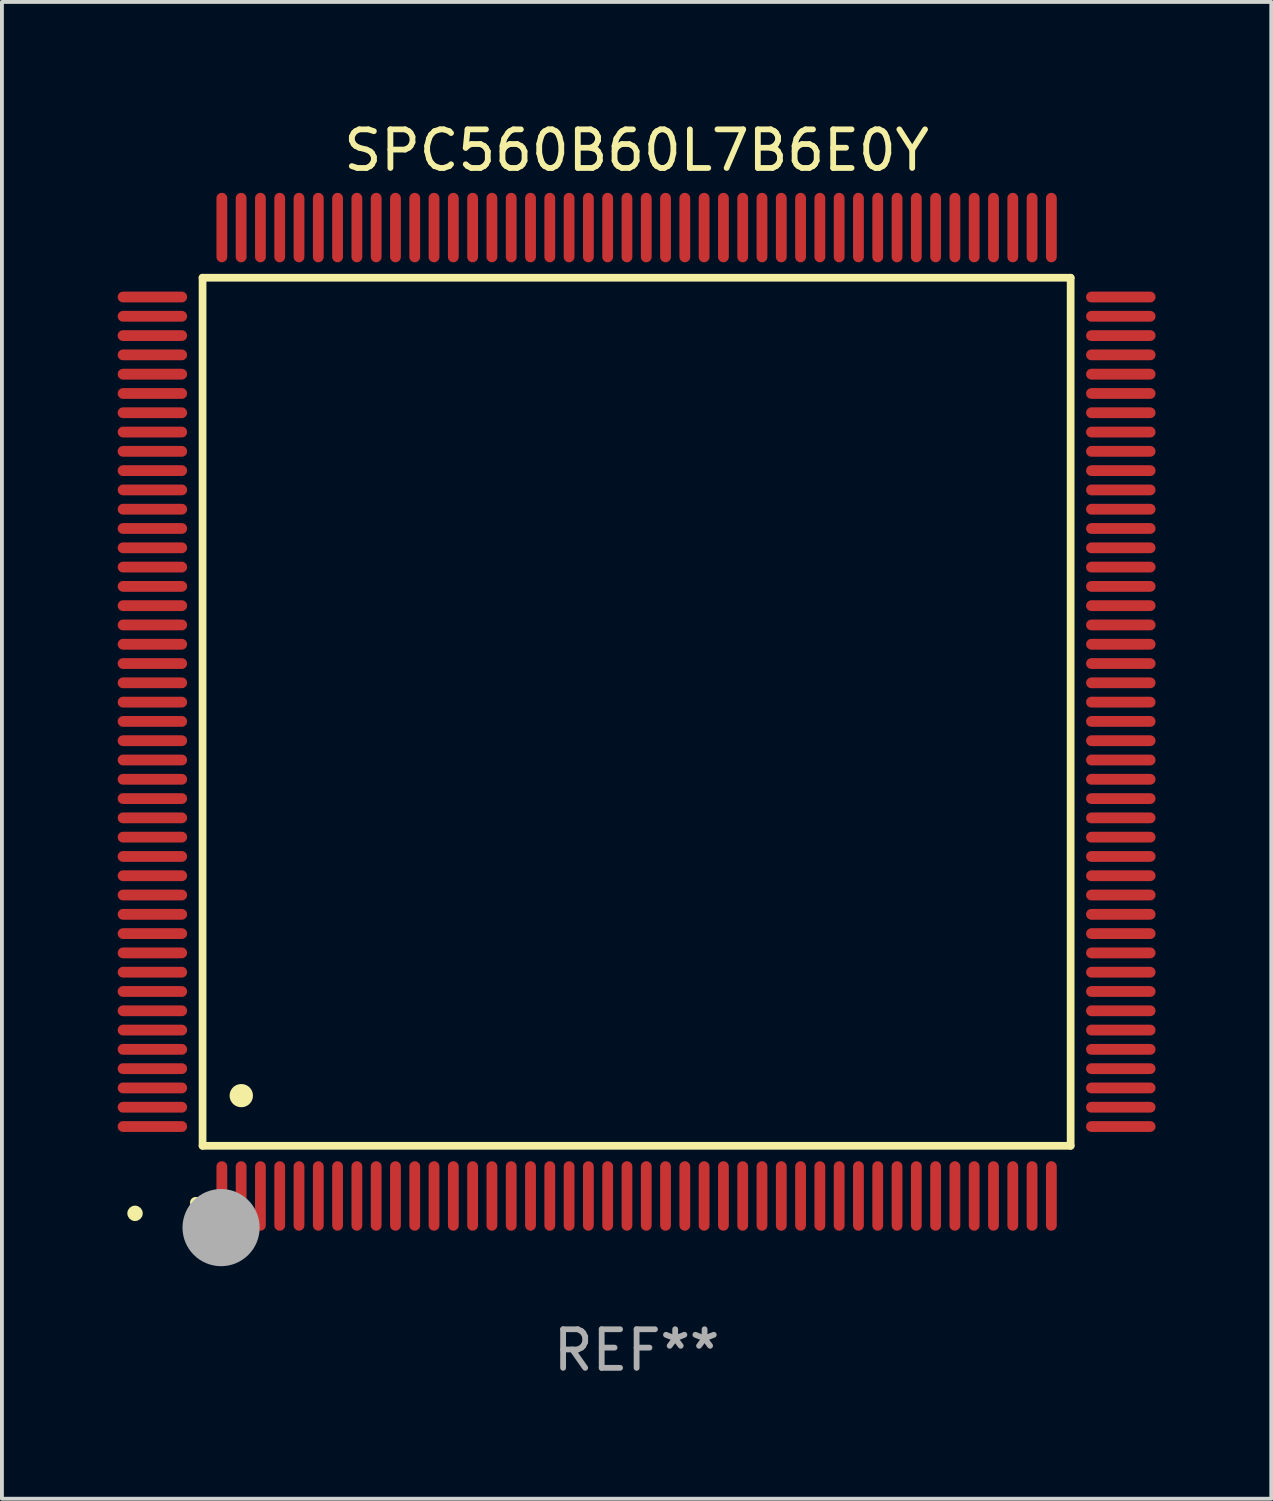
<source format=kicad_pcb>
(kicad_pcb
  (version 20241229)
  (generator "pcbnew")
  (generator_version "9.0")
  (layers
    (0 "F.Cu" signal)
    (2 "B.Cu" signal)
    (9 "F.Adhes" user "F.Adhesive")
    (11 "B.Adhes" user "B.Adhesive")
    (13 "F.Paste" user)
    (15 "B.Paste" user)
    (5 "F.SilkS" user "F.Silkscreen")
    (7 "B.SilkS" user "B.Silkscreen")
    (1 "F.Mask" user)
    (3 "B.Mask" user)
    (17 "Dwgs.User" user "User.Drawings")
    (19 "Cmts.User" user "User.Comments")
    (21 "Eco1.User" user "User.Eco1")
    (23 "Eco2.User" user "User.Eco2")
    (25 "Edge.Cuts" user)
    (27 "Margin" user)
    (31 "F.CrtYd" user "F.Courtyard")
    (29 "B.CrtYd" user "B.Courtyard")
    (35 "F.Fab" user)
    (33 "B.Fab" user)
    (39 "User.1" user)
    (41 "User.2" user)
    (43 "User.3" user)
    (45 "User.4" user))
  (footprint "SPC560B60L7B6E0Y"
    (layer "F.Cu")
    (at 13.45 15.398)
    (property "Reference" "SPC560B60L7B6E0Y" (at 0 -14.55 0) (layer "F.SilkS") (effects (font (size 1 1) (thickness 0.15))))
    (attr through_hole)
    (fp_line (start -11.25 -11.25) (end 11.25 -11.25) (stroke (width 0.2) (type solid)) (layer "F.SilkS"))
    (fp_line (start -11.25 11.25) (end -11.25 -11.25) (stroke (width 0.2) (type solid)) (layer "F.SilkS"))
    (fp_line (start 11.25 -11.25) (end 11.25 11.25) (stroke (width 0.2) (type solid)) (layer "F.SilkS"))
    (fp_line (start 11.25 11.25) (end -11.25 11.25) (stroke (width 0.2) (type solid)) (layer "F.SilkS"))
    (fp_arc (start -11.424943 12.725425) (mid -11.423673 12.72542) (end -11.422403 12.725425) (stroke (width 0.3) (type solid)) (layer "F.SilkS"))
    (fp_arc (start -10.24892 9.9492) (mid -10.24638 9.949189) (end -10.24384 9.9492) (stroke (width 0.6) (type solid)) (layer "F.SilkS"))
    (fp_circle (center -13 13) (end -12.9 13) (stroke (width 0.2) (type solid)) (fill no) (layer "F.SilkS"))
    (fp_circle (center -10.77 13.37) (end -10.27 13.37) (stroke (width 1) (type solid)) (fill no) (layer "F.Fab"))
    (fp_text user "REF**" (at 0 16.55 0) (layer "F.Fab") (effects (font (size 1 1) (thickness 0.15))))
    (pad "1" smd oval (at -10.75 12.55) (size 0.28 1.8) (layers "F.Cu" "F.Mask" "F.Paste"))
    (pad "2" smd oval (at -10.25 12.55) (size 0.28 1.8) (layers "F.Cu" "F.Mask" "F.Paste"))
    (pad "3" smd oval (at -9.75 12.55) (size 0.28 1.8) (layers "F.Cu" "F.Mask" "F.Paste"))
    (pad "4" smd oval (at -9.25 12.55) (size 0.28 1.8) (layers "F.Cu" "F.Mask" "F.Paste"))
    (pad "5" smd oval (at -8.75 12.55) (size 0.28 1.8) (layers "F.Cu" "F.Mask" "F.Paste"))
    (pad "6" smd oval (at -8.25 12.55) (size 0.28 1.8) (layers "F.Cu" "F.Mask" "F.Paste"))
    (pad "7" smd oval (at -7.75 12.55) (size 0.28 1.8) (layers "F.Cu" "F.Mask" "F.Paste"))
    (pad "8" smd oval (at -7.25 12.55) (size 0.28 1.8) (layers "F.Cu" "F.Mask" "F.Paste"))
    (pad "9" smd oval (at -6.75 12.55) (size 0.28 1.8) (layers "F.Cu" "F.Mask" "F.Paste"))
    (pad "10" smd oval (at -6.25 12.55) (size 0.28 1.8) (layers "F.Cu" "F.Mask" "F.Paste"))
    (pad "11" smd oval (at -5.75 12.55) (size 0.28 1.8) (layers "F.Cu" "F.Mask" "F.Paste"))
    (pad "12" smd oval (at -5.25 12.55) (size 0.28 1.8) (layers "F.Cu" "F.Mask" "F.Paste"))
    (pad "13" smd oval (at -4.75 12.55) (size 0.28 1.8) (layers "F.Cu" "F.Mask" "F.Paste"))
    (pad "14" smd oval (at -4.25 12.55) (size 0.28 1.8) (layers "F.Cu" "F.Mask" "F.Paste"))
    (pad "15" smd oval (at -3.75 12.55) (size 0.28 1.8) (layers "F.Cu" "F.Mask" "F.Paste"))
    (pad "16" smd oval (at -3.25 12.55) (size 0.28 1.8) (layers "F.Cu" "F.Mask" "F.Paste"))
    (pad "17" smd oval (at -2.75 12.55) (size 0.28 1.8) (layers "F.Cu" "F.Mask" "F.Paste"))
    (pad "18" smd oval (at -2.25 12.55) (size 0.28 1.8) (layers "F.Cu" "F.Mask" "F.Paste"))
    (pad "19" smd oval (at -1.75 12.55) (size 0.28 1.8) (layers "F.Cu" "F.Mask" "F.Paste"))
    (pad "20" smd oval (at -1.25 12.55) (size 0.28 1.8) (layers "F.Cu" "F.Mask" "F.Paste"))
    (pad "21" smd oval (at -0.75 12.55) (size 0.28 1.8) (layers "F.Cu" "F.Mask" "F.Paste"))
    (pad "22" smd oval (at -0.25 12.55) (size 0.28 1.8) (layers "F.Cu" "F.Mask" "F.Paste"))
    (pad "23" smd oval (at 0.25 12.55) (size 0.28 1.8) (layers "F.Cu" "F.Mask" "F.Paste"))
    (pad "24" smd oval (at 0.75 12.55) (size 0.28 1.8) (layers "F.Cu" "F.Mask" "F.Paste"))
    (pad "25" smd oval (at 1.25 12.55) (size 0.28 1.8) (layers "F.Cu" "F.Mask" "F.Paste"))
    (pad "26" smd oval (at 1.75 12.55) (size 0.28 1.8) (layers "F.Cu" "F.Mask" "F.Paste"))
    (pad "27" smd oval (at 2.25 12.55) (size 0.28 1.8) (layers "F.Cu" "F.Mask" "F.Paste"))
    (pad "28" smd oval (at 2.75 12.55) (size 0.28 1.8) (layers "F.Cu" "F.Mask" "F.Paste"))
    (pad "29" smd oval (at 3.25 12.55) (size 0.28 1.8) (layers "F.Cu" "F.Mask" "F.Paste"))
    (pad "30" smd oval (at 3.75 12.55) (size 0.28 1.8) (layers "F.Cu" "F.Mask" "F.Paste"))
    (pad "31" smd oval (at 4.25 12.55) (size 0.28 1.8) (layers "F.Cu" "F.Mask" "F.Paste"))
    (pad "32" smd oval (at 4.75 12.55) (size 0.28 1.8) (layers "F.Cu" "F.Mask" "F.Paste"))
    (pad "33" smd oval (at 5.25 12.55) (size 0.28 1.8) (layers "F.Cu" "F.Mask" "F.Paste"))
    (pad "34" smd oval (at 5.75 12.55) (size 0.28 1.8) (layers "F.Cu" "F.Mask" "F.Paste"))
    (pad "35" smd oval (at 6.25 12.55) (size 0.28 1.8) (layers "F.Cu" "F.Mask" "F.Paste"))
    (pad "36" smd oval (at 6.75 12.55) (size 0.28 1.8) (layers "F.Cu" "F.Mask" "F.Paste"))
    (pad "37" smd oval (at 7.25 12.55) (size 0.28 1.8) (layers "F.Cu" "F.Mask" "F.Paste"))
    (pad "38" smd oval (at 7.75 12.55) (size 0.28 1.8) (layers "F.Cu" "F.Mask" "F.Paste"))
    (pad "39" smd oval (at 8.25 12.55) (size 0.28 1.8) (layers "F.Cu" "F.Mask" "F.Paste"))
    (pad "40" smd oval (at 8.75 12.55) (size 0.28 1.8) (layers "F.Cu" "F.Mask" "F.Paste"))
    (pad "41" smd oval (at 9.25 12.55) (size 0.28 1.8) (layers "F.Cu" "F.Mask" "F.Paste"))
    (pad "42" smd oval (at 9.75 12.55) (size 0.28 1.8) (layers "F.Cu" "F.Mask" "F.Paste"))
    (pad "43" smd oval (at 10.25 12.55) (size 0.28 1.8) (layers "F.Cu" "F.Mask" "F.Paste"))
    (pad "44" smd oval (at 10.75 12.55) (size 0.28 1.8) (layers "F.Cu" "F.Mask" "F.Paste"))
    (pad "45" smd oval (at 12.55 10.75) (size 1.8 0.28) (layers "F.Cu" "F.Mask" "F.Paste"))
    (pad "46" smd oval (at 12.55 10.25) (size 1.8 0.28) (layers "F.Cu" "F.Mask" "F.Paste"))
    (pad "47" smd oval (at 12.55 9.75) (size 1.8 0.28) (layers "F.Cu" "F.Mask" "F.Paste"))
    (pad "48" smd oval (at 12.55 9.25) (size 1.8 0.28) (layers "F.Cu" "F.Mask" "F.Paste"))
    (pad "49" smd oval (at 12.55 8.75) (size 1.8 0.28) (layers "F.Cu" "F.Mask" "F.Paste"))
    (pad "50" smd oval (at 12.55 8.25) (size 1.8 0.28) (layers "F.Cu" "F.Mask" "F.Paste"))
    (pad "51" smd oval (at 12.55 7.75) (size 1.8 0.28) (layers "F.Cu" "F.Mask" "F.Paste"))
    (pad "52" smd oval (at 12.55 7.25) (size 1.8 0.28) (layers "F.Cu" "F.Mask" "F.Paste"))
    (pad "53" smd oval (at 12.55 6.75) (size 1.8 0.28) (layers "F.Cu" "F.Mask" "F.Paste"))
    (pad "54" smd oval (at 12.55 6.25) (size 1.8 0.28) (layers "F.Cu" "F.Mask" "F.Paste"))
    (pad "55" smd oval (at 12.55 5.75) (size 1.8 0.28) (layers "F.Cu" "F.Mask" "F.Paste"))
    (pad "56" smd oval (at 12.55 5.25) (size 1.8 0.28) (layers "F.Cu" "F.Mask" "F.Paste"))
    (pad "57" smd oval (at 12.55 4.75) (size 1.8 0.28) (layers "F.Cu" "F.Mask" "F.Paste"))
    (pad "58" smd oval (at 12.55 4.25) (size 1.8 0.28) (layers "F.Cu" "F.Mask" "F.Paste"))
    (pad "59" smd oval (at 12.55 3.75) (size 1.8 0.28) (layers "F.Cu" "F.Mask" "F.Paste"))
    (pad "60" smd oval (at 12.55 3.25) (size 1.8 0.28) (layers "F.Cu" "F.Mask" "F.Paste"))
    (pad "61" smd oval (at 12.55 2.75) (size 1.8 0.28) (layers "F.Cu" "F.Mask" "F.Paste"))
    (pad "62" smd oval (at 12.55 2.25) (size 1.8 0.28) (layers "F.Cu" "F.Mask" "F.Paste"))
    (pad "63" smd oval (at 12.55 1.75) (size 1.8 0.28) (layers "F.Cu" "F.Mask" "F.Paste"))
    (pad "64" smd oval (at 12.55 1.25) (size 1.8 0.28) (layers "F.Cu" "F.Mask" "F.Paste"))
    (pad "65" smd oval (at 12.55 0.75) (size 1.8 0.28) (layers "F.Cu" "F.Mask" "F.Paste"))
    (pad "66" smd oval (at 12.55 0.25) (size 1.8 0.28) (layers "F.Cu" "F.Mask" "F.Paste"))
    (pad "67" smd oval (at 12.55 -0.25) (size 1.8 0.28) (layers "F.Cu" "F.Mask" "F.Paste"))
    (pad "68" smd oval (at 12.55 -0.75) (size 1.8 0.28) (layers "F.Cu" "F.Mask" "F.Paste"))
    (pad "69" smd oval (at 12.55 -1.25) (size 1.8 0.28) (layers "F.Cu" "F.Mask" "F.Paste"))
    (pad "70" smd oval (at 12.55 -1.75) (size 1.8 0.28) (layers "F.Cu" "F.Mask" "F.Paste"))
    (pad "71" smd oval (at 12.55 -2.25) (size 1.8 0.28) (layers "F.Cu" "F.Mask" "F.Paste"))
    (pad "72" smd oval (at 12.55 -2.75) (size 1.8 0.28) (layers "F.Cu" "F.Mask" "F.Paste"))
    (pad "73" smd oval (at 12.55 -3.25) (size 1.8 0.28) (layers "F.Cu" "F.Mask" "F.Paste"))
    (pad "74" smd oval (at 12.55 -3.75) (size 1.8 0.28) (layers "F.Cu" "F.Mask" "F.Paste"))
    (pad "75" smd oval (at 12.55 -4.25) (size 1.8 0.28) (layers "F.Cu" "F.Mask" "F.Paste"))
    (pad "76" smd oval (at 12.55 -4.75) (size 1.8 0.28) (layers "F.Cu" "F.Mask" "F.Paste"))
    (pad "77" smd oval (at 12.55 -5.25) (size 1.8 0.28) (layers "F.Cu" "F.Mask" "F.Paste"))
    (pad "78" smd oval (at 12.55 -5.75) (size 1.8 0.28) (layers "F.Cu" "F.Mask" "F.Paste"))
    (pad "79" smd oval (at 12.55 -6.25) (size 1.8 0.28) (layers "F.Cu" "F.Mask" "F.Paste"))
    (pad "80" smd oval (at 12.55 -6.75) (size 1.8 0.28) (layers "F.Cu" "F.Mask" "F.Paste"))
    (pad "81" smd oval (at 12.55 -7.25) (size 1.8 0.28) (layers "F.Cu" "F.Mask" "F.Paste"))
    (pad "82" smd oval (at 12.55 -7.75) (size 1.8 0.28) (layers "F.Cu" "F.Mask" "F.Paste"))
    (pad "83" smd oval (at 12.55 -8.25) (size 1.8 0.28) (layers "F.Cu" "F.Mask" "F.Paste"))
    (pad "84" smd oval (at 12.55 -8.75) (size 1.8 0.28) (layers "F.Cu" "F.Mask" "F.Paste"))
    (pad "85" smd oval (at 12.55 -9.25) (size 1.8 0.28) (layers "F.Cu" "F.Mask" "F.Paste"))
    (pad "86" smd oval (at 12.55 -9.75) (size 1.8 0.28) (layers "F.Cu" "F.Mask" "F.Paste"))
    (pad "87" smd oval (at 12.55 -10.25) (size 1.8 0.28) (layers "F.Cu" "F.Mask" "F.Paste"))
    (pad "88" smd oval (at 12.55 -10.75) (size 1.8 0.28) (layers "F.Cu" "F.Mask" "F.Paste"))
    (pad "89" smd oval (at 10.75 -12.55) (size 0.28 1.8) (layers "F.Cu" "F.Mask" "F.Paste"))
    (pad "90" smd oval (at 10.25 -12.55) (size 0.28 1.8) (layers "F.Cu" "F.Mask" "F.Paste"))
    (pad "91" smd oval (at 9.75 -12.55) (size 0.28 1.8) (layers "F.Cu" "F.Mask" "F.Paste"))
    (pad "92" smd oval (at 9.25 -12.55) (size 0.28 1.8) (layers "F.Cu" "F.Mask" "F.Paste"))
    (pad "93" smd oval (at 8.75 -12.55) (size 0.28 1.8) (layers "F.Cu" "F.Mask" "F.Paste"))
    (pad "94" smd oval (at 8.25 -12.55) (size 0.28 1.8) (layers "F.Cu" "F.Mask" "F.Paste"))
    (pad "95" smd oval (at 7.75 -12.55) (size 0.28 1.8) (layers "F.Cu" "F.Mask" "F.Paste"))
    (pad "96" smd oval (at 7.25 -12.55) (size 0.28 1.8) (layers "F.Cu" "F.Mask" "F.Paste"))
    (pad "97" smd oval (at 6.75 -12.55) (size 0.28 1.8) (layers "F.Cu" "F.Mask" "F.Paste"))
    (pad "98" smd oval (at 6.25 -12.55) (size 0.28 1.8) (layers "F.Cu" "F.Mask" "F.Paste"))
    (pad "99" smd oval (at 5.75 -12.55) (size 0.28 1.8) (layers "F.Cu" "F.Mask" "F.Paste"))
    (pad "100" smd oval (at 5.25 -12.55) (size 0.28 1.8) (layers "F.Cu" "F.Mask" "F.Paste"))
    (pad "101" smd oval (at 4.75 -12.55) (size 0.28 1.8) (layers "F.Cu" "F.Mask" "F.Paste"))
    (pad "102" smd oval (at 4.25 -12.55) (size 0.28 1.8) (layers "F.Cu" "F.Mask" "F.Paste"))
    (pad "103" smd oval (at 3.75 -12.55) (size 0.28 1.8) (layers "F.Cu" "F.Mask" "F.Paste"))
    (pad "104" smd oval (at 3.25 -12.55) (size 0.28 1.8) (layers "F.Cu" "F.Mask" "F.Paste"))
    (pad "105" smd oval (at 2.75 -12.55) (size 0.28 1.8) (layers "F.Cu" "F.Mask" "F.Paste"))
    (pad "106" smd oval (at 2.25 -12.55) (size 0.28 1.8) (layers "F.Cu" "F.Mask" "F.Paste"))
    (pad "107" smd oval (at 1.75 -12.55) (size 0.28 1.8) (layers "F.Cu" "F.Mask" "F.Paste"))
    (pad "108" smd oval (at 1.25 -12.55) (size 0.28 1.8) (layers "F.Cu" "F.Mask" "F.Paste"))
    (pad "109" smd oval (at 0.75 -12.55) (size 0.28 1.8) (layers "F.Cu" "F.Mask" "F.Paste"))
    (pad "110" smd oval (at 0.25 -12.55) (size 0.28 1.8) (layers "F.Cu" "F.Mask" "F.Paste"))
    (pad "111" smd oval (at -0.25 -12.55) (size 0.28 1.8) (layers "F.Cu" "F.Mask" "F.Paste"))
    (pad "112" smd oval (at -0.75 -12.55) (size 0.28 1.8) (layers "F.Cu" "F.Mask" "F.Paste"))
    (pad "113" smd oval (at -1.25 -12.55) (size 0.28 1.8) (layers "F.Cu" "F.Mask" "F.Paste"))
    (pad "114" smd oval (at -1.75 -12.55) (size 0.28 1.8) (layers "F.Cu" "F.Mask" "F.Paste"))
    (pad "115" smd oval (at -2.25 -12.55) (size 0.28 1.8) (layers "F.Cu" "F.Mask" "F.Paste"))
    (pad "116" smd oval (at -2.75 -12.55) (size 0.28 1.8) (layers "F.Cu" "F.Mask" "F.Paste"))
    (pad "117" smd oval (at -3.25 -12.55) (size 0.28 1.8) (layers "F.Cu" "F.Mask" "F.Paste"))
    (pad "118" smd oval (at -3.75 -12.55) (size 0.28 1.8) (layers "F.Cu" "F.Mask" "F.Paste"))
    (pad "119" smd oval (at -4.25 -12.55) (size 0.28 1.8) (layers "F.Cu" "F.Mask" "F.Paste"))
    (pad "120" smd oval (at -4.75 -12.55) (size 0.28 1.8) (layers "F.Cu" "F.Mask" "F.Paste"))
    (pad "121" smd oval (at -5.25 -12.55) (size 0.28 1.8) (layers "F.Cu" "F.Mask" "F.Paste"))
    (pad "122" smd oval (at -5.75 -12.55) (size 0.28 1.8) (layers "F.Cu" "F.Mask" "F.Paste"))
    (pad "123" smd oval (at -6.25 -12.55) (size 0.28 1.8) (layers "F.Cu" "F.Mask" "F.Paste"))
    (pad "124" smd oval (at -6.75 -12.55) (size 0.28 1.8) (layers "F.Cu" "F.Mask" "F.Paste"))
    (pad "125" smd oval (at -7.25 -12.55) (size 0.28 1.8) (layers "F.Cu" "F.Mask" "F.Paste"))
    (pad "126" smd oval (at -7.75 -12.55) (size 0.28 1.8) (layers "F.Cu" "F.Mask" "F.Paste"))
    (pad "127" smd oval (at -8.25 -12.55) (size 0.28 1.8) (layers "F.Cu" "F.Mask" "F.Paste"))
    (pad "128" smd oval (at -8.75 -12.55) (size 0.28 1.8) (layers "F.Cu" "F.Mask" "F.Paste"))
    (pad "129" smd oval (at -9.25 -12.55) (size 0.28 1.8) (layers "F.Cu" "F.Mask" "F.Paste"))
    (pad "130" smd oval (at -9.75 -12.55) (size 0.28 1.8) (layers "F.Cu" "F.Mask" "F.Paste"))
    (pad "131" smd oval (at -10.25 -12.55) (size 0.28 1.8) (layers "F.Cu" "F.Mask" "F.Paste"))
    (pad "132" smd oval (at -10.75 -12.55) (size 0.28 1.8) (layers "F.Cu" "F.Mask" "F.Paste"))
    (pad "133" smd oval (at -12.55 -10.75) (size 1.8 0.28) (layers "F.Cu" "F.Mask" "F.Paste"))
    (pad "134" smd oval (at -12.55 -10.25) (size 1.8 0.28) (layers "F.Cu" "F.Mask" "F.Paste"))
    (pad "135" smd oval (at -12.55 -9.75) (size 1.8 0.28) (layers "F.Cu" "F.Mask" "F.Paste"))
    (pad "136" smd oval (at -12.55 -9.25) (size 1.8 0.28) (layers "F.Cu" "F.Mask" "F.Paste"))
    (pad "137" smd oval (at -12.55 -8.75) (size 1.8 0.28) (layers "F.Cu" "F.Mask" "F.Paste"))
    (pad "138" smd oval (at -12.55 -8.25) (size 1.8 0.28) (layers "F.Cu" "F.Mask" "F.Paste"))
    (pad "139" smd oval (at -12.55 -7.75) (size 1.8 0.28) (layers "F.Cu" "F.Mask" "F.Paste"))
    (pad "140" smd oval (at -12.55 -7.25) (size 1.8 0.28) (layers "F.Cu" "F.Mask" "F.Paste"))
    (pad "141" smd oval (at -12.55 -6.75) (size 1.8 0.28) (layers "F.Cu" "F.Mask" "F.Paste"))
    (pad "142" smd oval (at -12.55 -6.25) (size 1.8 0.28) (layers "F.Cu" "F.Mask" "F.Paste"))
    (pad "143" smd oval (at -12.55 -5.75) (size 1.8 0.28) (layers "F.Cu" "F.Mask" "F.Paste"))
    (pad "144" smd oval (at -12.55 -5.25) (size 1.8 0.28) (layers "F.Cu" "F.Mask" "F.Paste"))
    (pad "145" smd oval (at -12.55 -4.75) (size 1.8 0.28) (layers "F.Cu" "F.Mask" "F.Paste"))
    (pad "146" smd oval (at -12.55 -4.25) (size 1.8 0.28) (layers "F.Cu" "F.Mask" "F.Paste"))
    (pad "147" smd oval (at -12.55 -3.75) (size 1.8 0.28) (layers "F.Cu" "F.Mask" "F.Paste"))
    (pad "148" smd oval (at -12.55 -3.25) (size 1.8 0.28) (layers "F.Cu" "F.Mask" "F.Paste"))
    (pad "149" smd oval (at -12.55 -2.75) (size 1.8 0.28) (layers "F.Cu" "F.Mask" "F.Paste"))
    (pad "150" smd oval (at -12.55 -2.25) (size 1.8 0.28) (layers "F.Cu" "F.Mask" "F.Paste"))
    (pad "151" smd oval (at -12.55 -1.75) (size 1.8 0.28) (layers "F.Cu" "F.Mask" "F.Paste"))
    (pad "152" smd oval (at -12.55 -1.25) (size 1.8 0.28) (layers "F.Cu" "F.Mask" "F.Paste"))
    (pad "153" smd oval (at -12.55 -0.75) (size 1.8 0.28) (layers "F.Cu" "F.Mask" "F.Paste"))
    (pad "154" smd oval (at -12.55 -0.25) (size 1.8 0.28) (layers "F.Cu" "F.Mask" "F.Paste"))
    (pad "155" smd oval (at -12.55 0.25) (size 1.8 0.28) (layers "F.Cu" "F.Mask" "F.Paste"))
    (pad "156" smd oval (at -12.55 0.75) (size 1.8 0.28) (layers "F.Cu" "F.Mask" "F.Paste"))
    (pad "157" smd oval (at -12.55 1.25) (size 1.8 0.28) (layers "F.Cu" "F.Mask" "F.Paste"))
    (pad "158" smd oval (at -12.55 1.75) (size 1.8 0.28) (layers "F.Cu" "F.Mask" "F.Paste"))
    (pad "159" smd oval (at -12.55 2.25) (size 1.8 0.28) (layers "F.Cu" "F.Mask" "F.Paste"))
    (pad "160" smd oval (at -12.55 2.75) (size 1.8 0.28) (layers "F.Cu" "F.Mask" "F.Paste"))
    (pad "161" smd oval (at -12.55 3.25) (size 1.8 0.28) (layers "F.Cu" "F.Mask" "F.Paste"))
    (pad "162" smd oval (at -12.55 3.75) (size 1.8 0.28) (layers "F.Cu" "F.Mask" "F.Paste"))
    (pad "163" smd oval (at -12.55 4.25) (size 1.8 0.28) (layers "F.Cu" "F.Mask" "F.Paste"))
    (pad "164" smd oval (at -12.55 4.75) (size 1.8 0.28) (layers "F.Cu" "F.Mask" "F.Paste"))
    (pad "165" smd oval (at -12.55 5.25) (size 1.8 0.28) (layers "F.Cu" "F.Mask" "F.Paste"))
    (pad "166" smd oval (at -12.55 5.75) (size 1.8 0.28) (layers "F.Cu" "F.Mask" "F.Paste"))
    (pad "167" smd oval (at -12.55 6.25) (size 1.8 0.28) (layers "F.Cu" "F.Mask" "F.Paste"))
    (pad "168" smd oval (at -12.55 6.75) (size 1.8 0.28) (layers "F.Cu" "F.Mask" "F.Paste"))
    (pad "169" smd oval (at -12.55 7.25) (size 1.8 0.28) (layers "F.Cu" "F.Mask" "F.Paste"))
    (pad "170" smd oval (at -12.55 7.75) (size 1.8 0.28) (layers "F.Cu" "F.Mask" "F.Paste"))
    (pad "171" smd oval (at -12.55 8.25) (size 1.8 0.28) (layers "F.Cu" "F.Mask" "F.Paste"))
    (pad "172" smd oval (at -12.55 8.75) (size 1.8 0.28) (layers "F.Cu" "F.Mask" "F.Paste"))
    (pad "173" smd oval (at -12.55 9.25) (size 1.8 0.28) (layers "F.Cu" "F.Mask" "F.Paste"))
    (pad "174" smd oval (at -12.55 9.75) (size 1.8 0.28) (layers "F.Cu" "F.Mask" "F.Paste"))
    (pad "175" smd oval (at -12.55 10.25) (size 1.8 0.28) (layers "F.Cu" "F.Mask" "F.Paste"))
    (pad "176" smd oval (at -12.55 10.75) (size 1.8 0.28) (layers "F.Cu" "F.Mask" "F.Paste")))
  (gr_rect
    (start -3 -3)
    (end 29.9 35.796)
    (stroke (width 0.1) (type default))
    (fill no)
    (layer "Edge.Cuts")))
</source>
